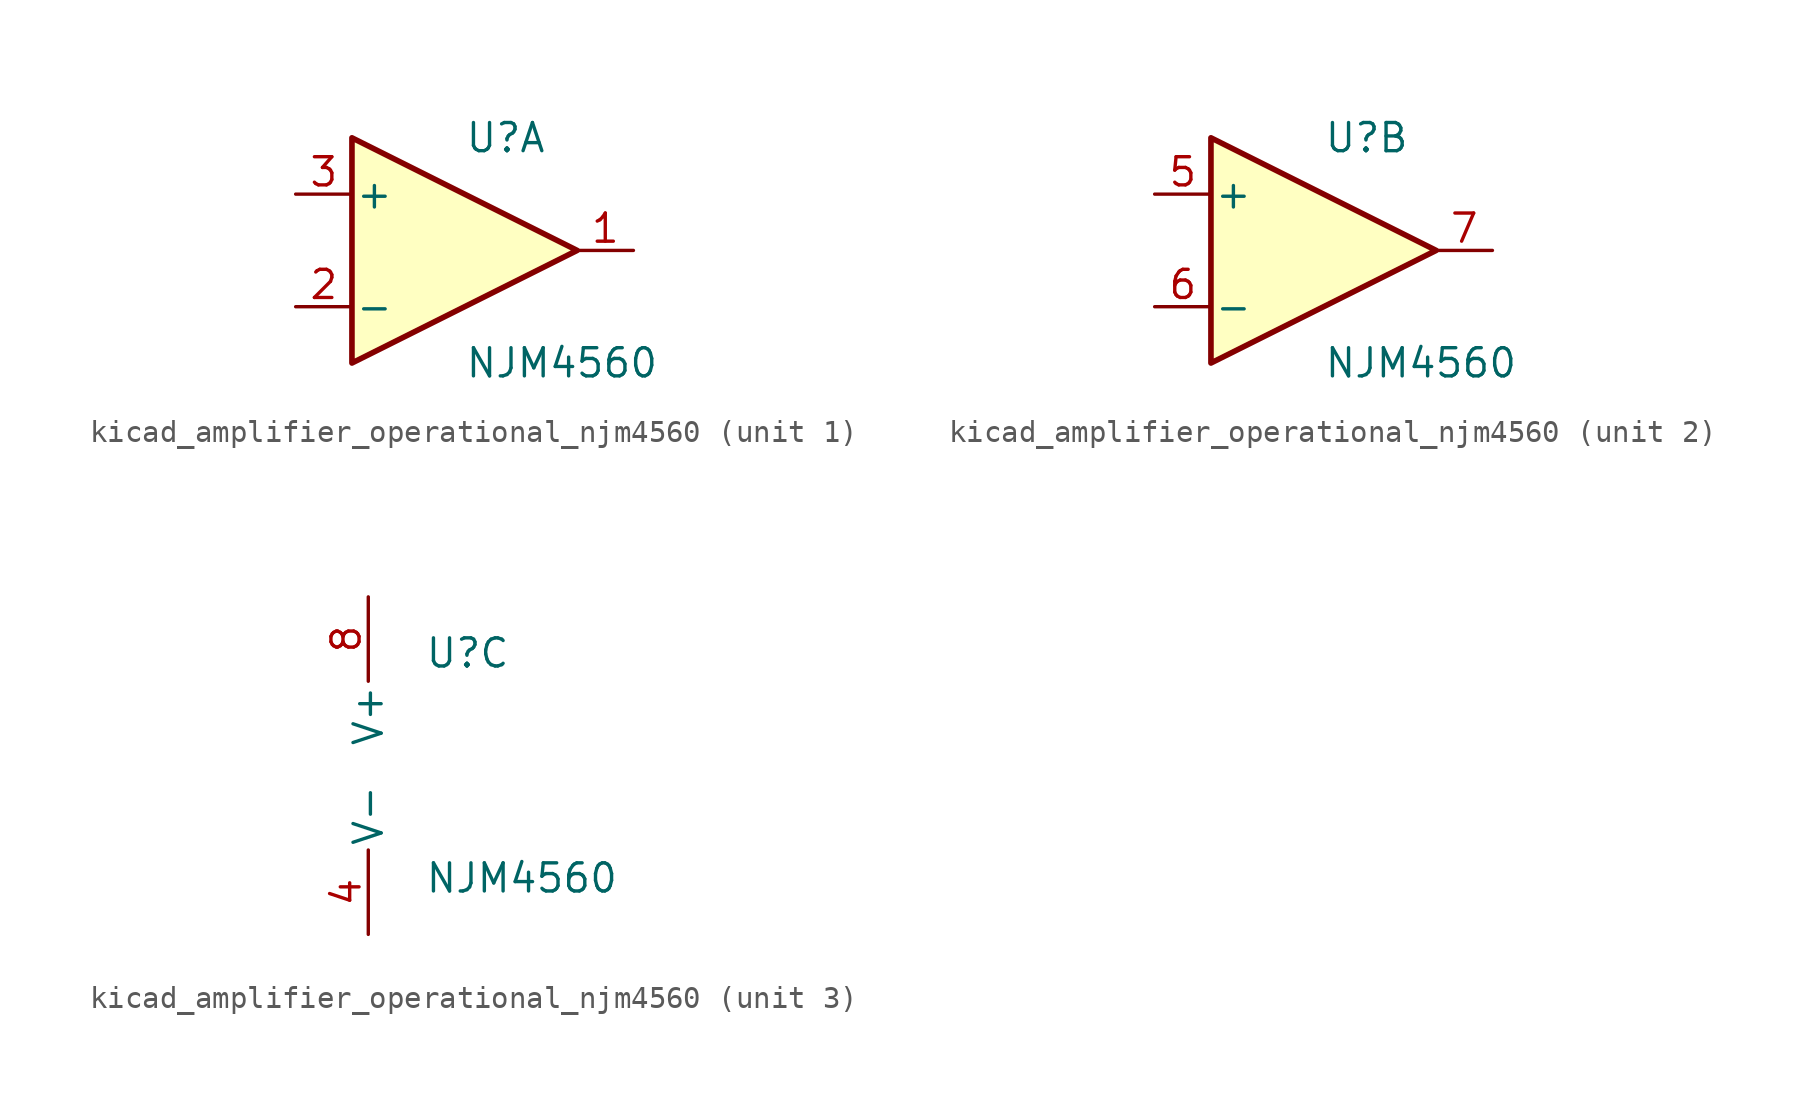
<source format=kicad_sym>
(kicad_symbol_lib
  (version 20220914)
  (generator kicad_symbol_editor)
  (symbol "kicad_amplifier_operational_njm4560"
    (pin_names
      (offset 0.127))
    (property "Reference" "U"
      (at 0 5.08 0)
      (effects (font (size 1.27 1.27)) (justify left)))
    (property "Value" "NJM4560"
      (at 0 -5.08 0)
      (effects (font (size 1.27 1.27)) (justify left)))
    (property "ki_locked" ""
      (at 0 0 0)
      (effects (font (size 1.27 1.27))))
    (symbol "kicad_amplifier_operational_njm4560_1_1"
      (polyline (pts (xy -5.08 5.08) (xy 5.08 0) (xy -5.08 -5.08) (xy -5.08 5.08)) (stroke (width 0.254) (type default)) (fill (type background)))
      (pin output line (at 7.62 0 180) (length 2.54) (name "~" (effects (font (size 1.27 1.27)))) (number "1" (effects (font (size 1.27 1.27)))))
      (pin input line (at -7.62 -2.54 0) (length 2.54) (name "-" (effects (font (size 1.27 1.27)))) (number "2" (effects (font (size 1.27 1.27)))))
      (pin input line (at -7.62 2.54 0) (length 2.54) (name "+" (effects (font (size 1.27 1.27)))) (number "3" (effects (font (size 1.27 1.27))))))
    (symbol "kicad_amplifier_operational_njm4560_2_1"
      (polyline (pts (xy -5.08 5.08) (xy 5.08 0) (xy -5.08 -5.08) (xy -5.08 5.08)) (stroke (width 0.254) (type default)) (fill (type background)))
      (pin input line (at -7.62 2.54 0) (length 2.54) (name "+" (effects (font (size 1.27 1.27)))) (number "5" (effects (font (size 1.27 1.27)))))
      (pin input line (at -7.62 -2.54 0) (length 2.54) (name "-" (effects (font (size 1.27 1.27)))) (number "6" (effects (font (size 1.27 1.27)))))
      (pin output line (at 7.62 0 180) (length 2.54) (name "~" (effects (font (size 1.27 1.27)))) (number "7" (effects (font (size 1.27 1.27))))))
    (symbol "kicad_amplifier_operational_njm4560_3_1"
      (pin power_in line (at -2.54 -7.62 90) (length 3.81) (name "V-" (effects (font (size 1.27 1.27)))) (number "4" (effects (font (size 1.27 1.27)))))
      (pin power_in line (at -2.54 7.62 270) (length 3.81) (name "V+" (effects (font (size 1.27 1.27)))) (number "8" (effects (font (size 1.27 1.27))))))))
</source>
